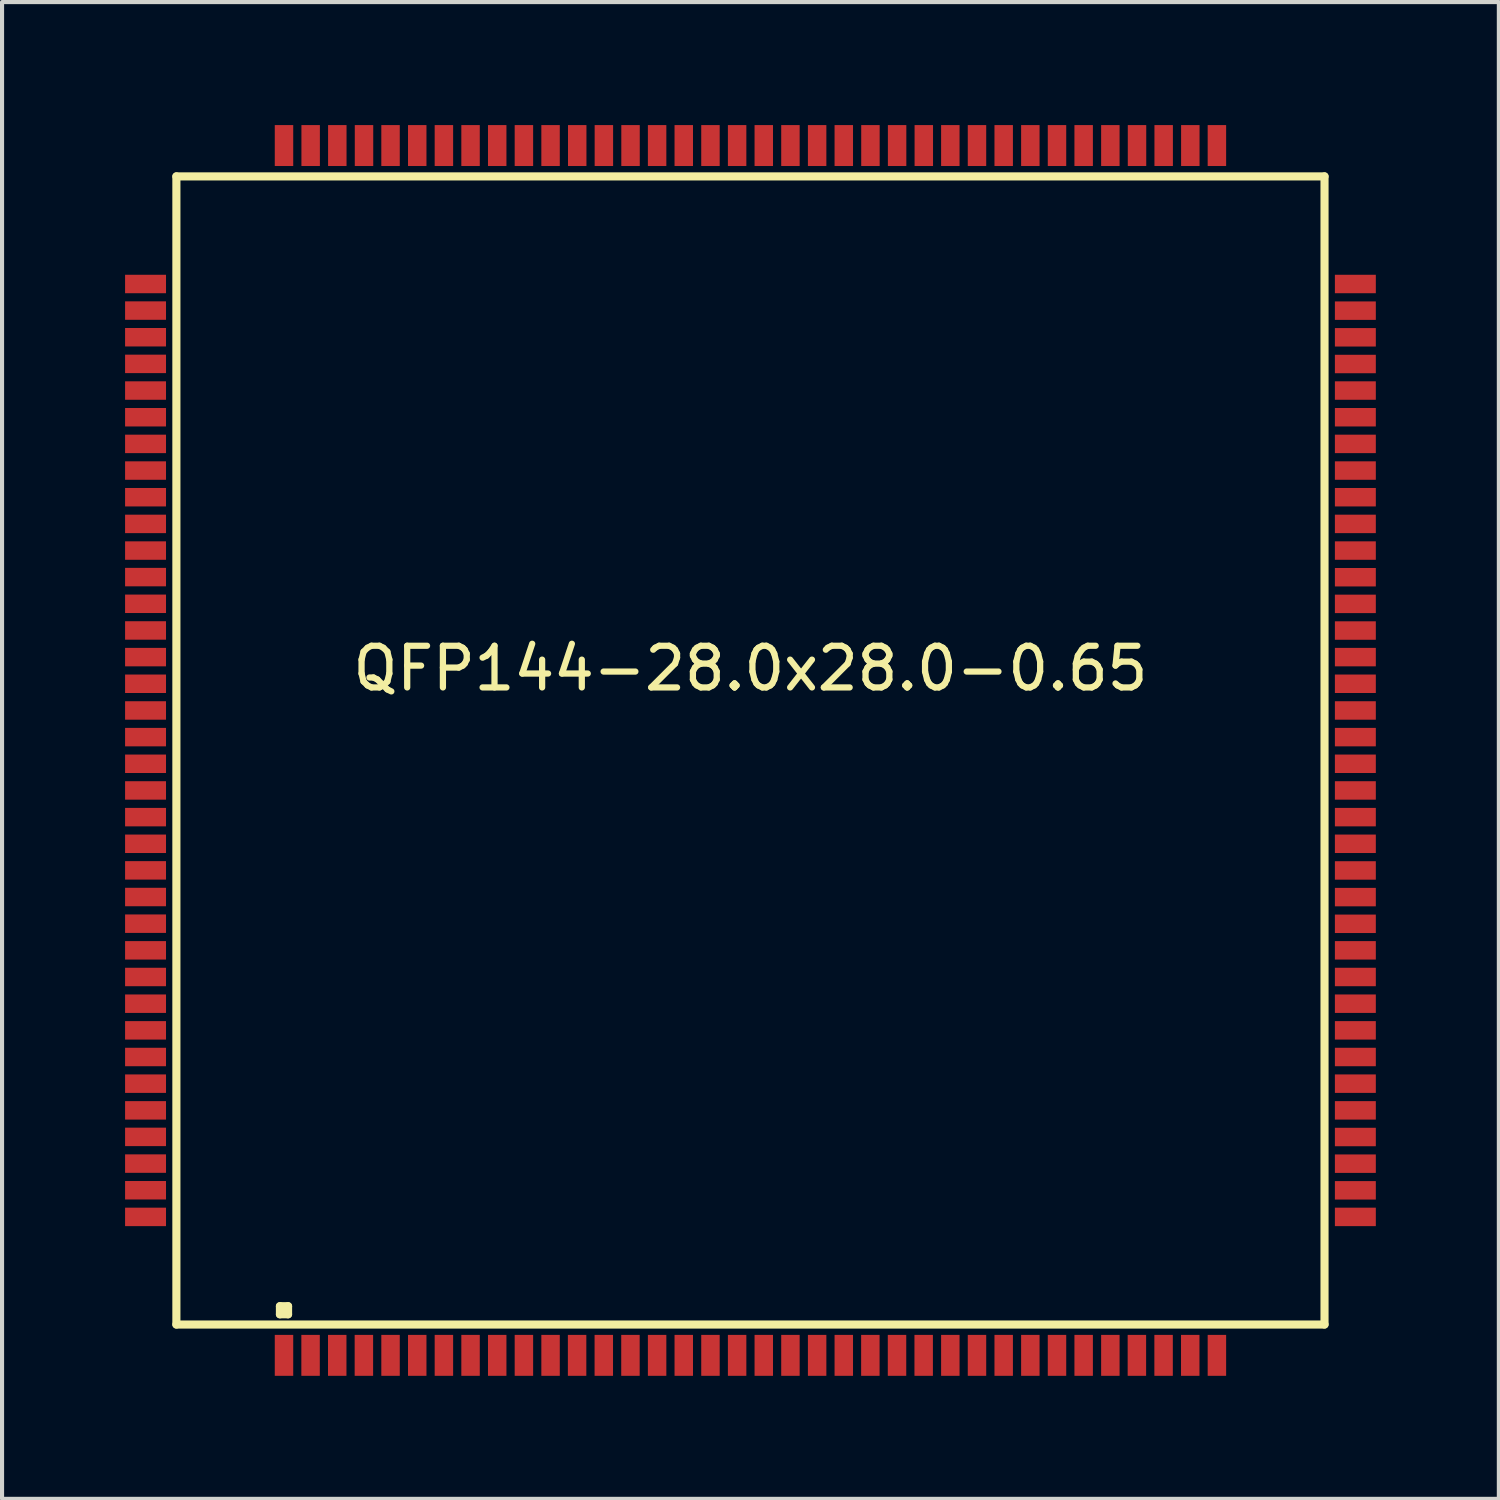
<source format=kicad_pcb>
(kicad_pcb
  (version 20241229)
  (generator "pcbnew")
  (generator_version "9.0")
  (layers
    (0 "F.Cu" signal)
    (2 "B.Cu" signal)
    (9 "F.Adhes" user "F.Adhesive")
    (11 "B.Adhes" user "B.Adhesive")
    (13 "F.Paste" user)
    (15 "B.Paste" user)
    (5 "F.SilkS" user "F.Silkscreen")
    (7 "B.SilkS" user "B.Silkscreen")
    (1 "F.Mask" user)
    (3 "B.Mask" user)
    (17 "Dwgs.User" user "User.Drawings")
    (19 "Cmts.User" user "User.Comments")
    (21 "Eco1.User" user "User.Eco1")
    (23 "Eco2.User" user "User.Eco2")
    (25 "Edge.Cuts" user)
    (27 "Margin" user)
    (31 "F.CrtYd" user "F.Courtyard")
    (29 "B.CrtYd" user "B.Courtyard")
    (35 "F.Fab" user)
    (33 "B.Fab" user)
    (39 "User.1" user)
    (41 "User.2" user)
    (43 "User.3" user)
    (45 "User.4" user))
  (footprint "QFP144-28.0x28.0-0.65"
    (layer "F.Cu")
    (at 15.249 15.249)
    (property "Reference" "QFP144-28.0x28.0-0.65" (at 0 -1.999 0) (layer "F.SilkS") (effects (font (size 1.016 1.016) (thickness 0.152))))
    (attr through_hole)
    (fp_line (start -13.998 -13.998) (end 13.998 -13.998) (stroke (width 0.198) (type solid)) (layer "F.SilkS"))
    (fp_line (start -13.998 13.998) (end -13.998 -13.998) (stroke (width 0.198) (type solid)) (layer "F.SilkS"))
    (fp_line (start -11.473 13.551) (end -11.275 13.551) (stroke (width 0.198) (type solid)) (layer "F.SilkS"))
    (fp_line (start -11.473 13.749) (end -11.473 13.551) (stroke (width 0.198) (type solid)) (layer "F.SilkS"))
    (fp_line (start -11.275 13.551) (end -11.275 13.749) (stroke (width 0.198) (type solid)) (layer "F.SilkS"))
    (fp_line (start -11.275 13.749) (end -11.473 13.749) (stroke (width 0.198) (type solid)) (layer "F.SilkS"))
    (fp_line (start 13.998 -13.998) (end 13.998 13.998) (stroke (width 0.198) (type solid)) (layer "F.SilkS"))
    (fp_line (start 13.998 13.998) (end -13.998 13.998) (stroke (width 0.198) (type solid)) (layer "F.SilkS"))
    (pad "1" smd rect (at -11.374 14.75) (size 0.45 0.998) (layers "*.Mask" "F.Cu"))
    (pad "2" smd rect (at -10.726 14.75) (size 0.45 0.998) (layers "*.Mask" "F.Cu"))
    (pad "3" smd rect (at -10.076 14.75) (size 0.45 0.998) (layers "*.Mask" "F.Cu"))
    (pad "4" smd rect (at -9.426 14.75) (size 0.45 0.998) (layers "*.Mask" "F.Cu"))
    (pad "5" smd rect (at -8.776 14.75) (size 0.45 0.998) (layers "*.Mask" "F.Cu"))
    (pad "6" smd rect (at -8.125 14.75) (size 0.45 0.998) (layers "*.Mask" "F.Cu"))
    (pad "7" smd rect (at -7.475 14.75) (size 0.45 0.998) (layers "*.Mask" "F.Cu"))
    (pad "8" smd rect (at -6.825 14.75) (size 0.45 0.998) (layers "*.Mask" "F.Cu"))
    (pad "9" smd rect (at -6.175 14.75) (size 0.45 0.998) (layers "*.Mask" "F.Cu"))
    (pad "10" smd rect (at -5.524 14.75) (size 0.45 0.998) (layers "*.Mask" "F.Cu"))
    (pad "11" smd rect (at -4.874 14.75) (size 0.45 0.998) (layers "*.Mask" "F.Cu"))
    (pad "12" smd rect (at -4.227 14.75) (size 0.45 0.998) (layers "*.Mask" "F.Cu"))
    (pad "13" smd rect (at -3.576 14.75) (size 0.45 0.998) (layers "*.Mask" "F.Cu"))
    (pad "14" smd rect (at -2.926 14.75) (size 0.45 0.998) (layers "*.Mask" "F.Cu"))
    (pad "15" smd rect (at -2.276 14.75) (size 0.45 0.998) (layers "*.Mask" "F.Cu"))
    (pad "16" smd rect (at -1.626 14.75) (size 0.45 0.998) (layers "*.Mask" "F.Cu"))
    (pad "17" smd rect (at -0.975 14.75) (size 0.45 0.998) (layers "*.Mask" "F.Cu"))
    (pad "18" smd rect (at -0.325 14.75) (size 0.45 0.998) (layers "*.Mask" "F.Cu"))
    (pad "19" smd rect (at 0.325 14.75) (size 0.45 0.998) (layers "*.Mask" "F.Cu"))
    (pad "20" smd rect (at 0.975 14.75) (size 0.45 0.998) (layers "*.Mask" "F.Cu"))
    (pad "21" smd rect (at 1.626 14.75) (size 0.45 0.998) (layers "*.Mask" "F.Cu"))
    (pad "22" smd rect (at 2.276 14.75) (size 0.45 0.998) (layers "*.Mask" "F.Cu"))
    (pad "23" smd rect (at 2.924 14.75) (size 0.45 0.998) (layers "*.Mask" "F.Cu"))
    (pad "24" smd rect (at 3.574 14.75) (size 0.45 0.998) (layers "*.Mask" "F.Cu"))
    (pad "25" smd rect (at 4.224 14.75) (size 0.45 0.998) (layers "*.Mask" "F.Cu"))
    (pad "26" smd rect (at 4.874 14.75) (size 0.45 0.998) (layers "*.Mask" "F.Cu"))
    (pad "27" smd rect (at 5.524 14.75) (size 0.45 0.998) (layers "*.Mask" "F.Cu"))
    (pad "28" smd rect (at 6.175 14.75) (size 0.45 0.998) (layers "*.Mask" "F.Cu"))
    (pad "29" smd rect (at 6.825 14.75) (size 0.45 0.998) (layers "*.Mask" "F.Cu"))
    (pad "30" smd rect (at 7.475 14.75) (size 0.45 0.998) (layers "*.Mask" "F.Cu"))
    (pad "31" smd rect (at 8.125 14.75) (size 0.45 0.998) (layers "*.Mask" "F.Cu"))
    (pad "32" smd rect (at 8.776 14.75) (size 0.45 0.998) (layers "*.Mask" "F.Cu"))
    (pad "33" smd rect (at 9.423 14.75) (size 0.45 0.998) (layers "*.Mask" "F.Cu"))
    (pad "34" smd rect (at 10.074 14.75) (size 0.45 0.998) (layers "*.Mask" "F.Cu"))
    (pad "35" smd rect (at 10.724 14.75) (size 0.45 0.998) (layers "*.Mask" "F.Cu"))
    (pad "36" smd rect (at 11.374 14.75) (size 0.45 0.998) (layers "*.Mask" "F.Cu"))
    (pad "37" smd rect (at 14.75 11.374 90) (size 0.45 0.998) (layers "*.Mask" "F.Cu"))
    (pad "38" smd rect (at 14.75 10.726 90) (size 0.45 0.998) (layers "*.Mask" "F.Cu"))
    (pad "39" smd rect (at 14.75 10.076 90) (size 0.45 0.998) (layers "*.Mask" "F.Cu"))
    (pad "40" smd rect (at 14.75 9.426 90) (size 0.45 0.998) (layers "*.Mask" "F.Cu"))
    (pad "41" smd rect (at 14.75 8.776 90) (size 0.45 0.998) (layers "*.Mask" "F.Cu"))
    (pad "42" smd rect (at 14.75 8.125 90) (size 0.45 0.998) (layers "*.Mask" "F.Cu"))
    (pad "43" smd rect (at 14.75 7.475 90) (size 0.45 0.998) (layers "*.Mask" "F.Cu"))
    (pad "44" smd rect (at 14.75 6.825 90) (size 0.45 0.998) (layers "*.Mask" "F.Cu"))
    (pad "45" smd rect (at 14.75 6.175 90) (size 0.45 0.998) (layers "*.Mask" "F.Cu"))
    (pad "46" smd rect (at 14.75 5.524 90) (size 0.45 0.998) (layers "*.Mask" "F.Cu"))
    (pad "47" smd rect (at 14.75 4.874 90) (size 0.45 0.998) (layers "*.Mask" "F.Cu"))
    (pad "48" smd rect (at 14.75 4.227 90) (size 0.45 0.998) (layers "*.Mask" "F.Cu"))
    (pad "49" smd rect (at 14.75 3.576 90) (size 0.45 0.998) (layers "*.Mask" "F.Cu"))
    (pad "50" smd rect (at 14.75 2.926 90) (size 0.45 0.998) (layers "*.Mask" "F.Cu"))
    (pad "51" smd rect (at 14.75 2.276 90) (size 0.45 0.998) (layers "*.Mask" "F.Cu"))
    (pad "52" smd rect (at 14.75 1.626 90) (size 0.45 0.998) (layers "*.Mask" "F.Cu"))
    (pad "53" smd rect (at 14.75 0.975 90) (size 0.45 0.998) (layers "*.Mask" "F.Cu"))
    (pad "54" smd rect (at 14.75 0.325 90) (size 0.45 0.998) (layers "*.Mask" "F.Cu"))
    (pad "55" smd rect (at 14.75 -0.325 90) (size 0.45 0.998) (layers "*.Mask" "F.Cu"))
    (pad "56" smd rect (at 14.75 -0.975 90) (size 0.45 0.998) (layers "*.Mask" "F.Cu"))
    (pad "57" smd rect (at 14.75 -1.626 90) (size 0.45 0.998) (layers "*.Mask" "F.Cu"))
    (pad "58" smd rect (at 14.75 -2.276 90) (size 0.45 0.998) (layers "*.Mask" "F.Cu"))
    (pad "59" smd rect (at 14.75 -2.924 90) (size 0.45 0.998) (layers "*.Mask" "F.Cu"))
    (pad "60" smd rect (at 14.75 -3.574 90) (size 0.45 0.998) (layers "*.Mask" "F.Cu"))
    (pad "61" smd rect (at 14.75 -4.224 90) (size 0.45 0.998) (layers "*.Mask" "F.Cu"))
    (pad "62" smd rect (at 14.75 -4.874 90) (size 0.45 0.998) (layers "*.Mask" "F.Cu"))
    (pad "63" smd rect (at 14.75 -5.524 90) (size 0.45 0.998) (layers "*.Mask" "F.Cu"))
    (pad "64" smd rect (at 14.75 -6.175 90) (size 0.45 0.998) (layers "*.Mask" "F.Cu"))
    (pad "65" smd rect (at 14.75 -6.825 90) (size 0.45 0.998) (layers "*.Mask" "F.Cu"))
    (pad "66" smd rect (at 14.75 -7.475 90) (size 0.45 0.998) (layers "*.Mask" "F.Cu"))
    (pad "67" smd rect (at 14.75 -8.125 90) (size 0.45 0.998) (layers "*.Mask" "F.Cu"))
    (pad "68" smd rect (at 14.75 -8.776 90) (size 0.45 0.998) (layers "*.Mask" "F.Cu"))
    (pad "69" smd rect (at 14.75 -9.423 90) (size 0.45 0.998) (layers "*.Mask" "F.Cu"))
    (pad "70" smd rect (at 14.75 -10.074 90) (size 0.45 0.998) (layers "*.Mask" "F.Cu"))
    (pad "71" smd rect (at 14.75 -10.724 90) (size 0.45 0.998) (layers "*.Mask" "F.Cu"))
    (pad "72" smd rect (at 14.75 -11.374 90) (size 0.45 0.998) (layers "*.Mask" "F.Cu"))
    (pad "73" smd rect (at 11.374 -14.75) (size 0.45 0.998) (layers "*.Mask" "F.Cu"))
    (pad "74" smd rect (at 10.726 -14.75) (size 0.45 0.998) (layers "*.Mask" "F.Cu"))
    (pad "75" smd rect (at 10.076 -14.75) (size 0.45 0.998) (layers "*.Mask" "F.Cu"))
    (pad "76" smd rect (at 9.426 -14.75) (size 0.45 0.998) (layers "*.Mask" "F.Cu"))
    (pad "77" smd rect (at 8.776 -14.75) (size 0.45 0.998) (layers "*.Mask" "F.Cu"))
    (pad "78" smd rect (at 8.125 -14.75) (size 0.45 0.998) (layers "*.Mask" "F.Cu"))
    (pad "79" smd rect (at 7.475 -14.75) (size 0.45 0.998) (layers "*.Mask" "F.Cu"))
    (pad "80" smd rect (at 6.825 -14.75) (size 0.45 0.998) (layers "*.Mask" "F.Cu"))
    (pad "81" smd rect (at 6.175 -14.75) (size 0.45 0.998) (layers "*.Mask" "F.Cu"))
    (pad "82" smd rect (at 5.524 -14.75) (size 0.45 0.998) (layers "*.Mask" "F.Cu"))
    (pad "83" smd rect (at 4.874 -14.75) (size 0.45 0.998) (layers "*.Mask" "F.Cu"))
    (pad "84" smd rect (at 4.227 -14.75) (size 0.45 0.998) (layers "*.Mask" "F.Cu"))
    (pad "85" smd rect (at 3.576 -14.75) (size 0.45 0.998) (layers "*.Mask" "F.Cu"))
    (pad "86" smd rect (at 2.926 -14.75) (size 0.45 0.998) (layers "*.Mask" "F.Cu"))
    (pad "87" smd rect (at 2.276 -14.75) (size 0.45 0.998) (layers "*.Mask" "F.Cu"))
    (pad "88" smd rect (at 1.626 -14.75) (size 0.45 0.998) (layers "*.Mask" "F.Cu"))
    (pad "89" smd rect (at 0.975 -14.75) (size 0.45 0.998) (layers "*.Mask" "F.Cu"))
    (pad "90" smd rect (at 0.325 -14.75) (size 0.45 0.998) (layers "*.Mask" "F.Cu"))
    (pad "91" smd rect (at -0.325 -14.75) (size 0.45 0.998) (layers "*.Mask" "F.Cu"))
    (pad "92" smd rect (at -0.975 -14.75) (size 0.45 0.998) (layers "*.Mask" "F.Cu"))
    (pad "93" smd rect (at -1.626 -14.75) (size 0.45 0.998) (layers "*.Mask" "F.Cu"))
    (pad "94" smd rect (at -2.276 -14.75) (size 0.45 0.998) (layers "*.Mask" "F.Cu"))
    (pad "95" smd rect (at -2.924 -14.75) (size 0.45 0.998) (layers "*.Mask" "F.Cu"))
    (pad "96" smd rect (at -3.574 -14.75) (size 0.45 0.998) (layers "*.Mask" "F.Cu"))
    (pad "97" smd rect (at -4.224 -14.75) (size 0.45 0.998) (layers "*.Mask" "F.Cu"))
    (pad "98" smd rect (at -4.874 -14.75) (size 0.45 0.998) (layers "*.Mask" "F.Cu"))
    (pad "99" smd rect (at -5.524 -14.75) (size 0.45 0.998) (layers "*.Mask" "F.Cu"))
    (pad "100" smd rect (at -6.175 -14.75) (size 0.45 0.998) (layers "*.Mask" "F.Cu"))
    (pad "101" smd rect (at -6.825 -14.75) (size 0.45 0.998) (layers "*.Mask" "F.Cu"))
    (pad "102" smd rect (at -7.475 -14.75) (size 0.45 0.998) (layers "*.Mask" "F.Cu"))
    (pad "103" smd rect (at -8.125 -14.75) (size 0.45 0.998) (layers "*.Mask" "F.Cu"))
    (pad "104" smd rect (at -8.776 -14.75) (size 0.45 0.998) (layers "*.Mask" "F.Cu"))
    (pad "105" smd rect (at -9.423 -14.75) (size 0.45 0.998) (layers "*.Mask" "F.Cu"))
    (pad "106" smd rect (at -10.074 -14.75) (size 0.45 0.998) (layers "*.Mask" "F.Cu"))
    (pad "107" smd rect (at -10.724 -14.75) (size 0.45 0.998) (layers "*.Mask" "F.Cu"))
    (pad "108" smd rect (at -11.374 -14.75) (size 0.45 0.998) (layers "*.Mask" "F.Cu"))
    (pad "109" smd rect (at -14.75 -11.374 90) (size 0.45 0.998) (layers "*.Mask" "F.Cu"))
    (pad "110" smd rect (at -14.75 -10.726 90) (size 0.45 0.998) (layers "*.Mask" "F.Cu"))
    (pad "111" smd rect (at -14.75 -10.076 90) (size 0.45 0.998) (layers "*.Mask" "F.Cu"))
    (pad "112" smd rect (at -14.75 -9.426 90) (size 0.45 0.998) (layers "*.Mask" "F.Cu"))
    (pad "113" smd rect (at -14.75 -8.776 90) (size 0.45 0.998) (layers "*.Mask" "F.Cu"))
    (pad "114" smd rect (at -14.75 -8.125 90) (size 0.45 0.998) (layers "*.Mask" "F.Cu"))
    (pad "115" smd rect (at -14.75 -7.475 90) (size 0.45 0.998) (layers "*.Mask" "F.Cu"))
    (pad "116" smd rect (at -14.75 -6.825 90) (size 0.45 0.998) (layers "*.Mask" "F.Cu"))
    (pad "117" smd rect (at -14.75 -6.175 90) (size 0.45 0.998) (layers "*.Mask" "F.Cu"))
    (pad "118" smd rect (at -14.75 -5.524 90) (size 0.45 0.998) (layers "*.Mask" "F.Cu"))
    (pad "119" smd rect (at -14.75 -4.874 90) (size 0.45 0.998) (layers "*.Mask" "F.Cu"))
    (pad "120" smd rect (at -14.75 -4.227 90) (size 0.45 0.998) (layers "*.Mask" "F.Cu"))
    (pad "121" smd rect (at -14.75 -3.576 90) (size 0.45 0.998) (layers "*.Mask" "F.Cu"))
    (pad "122" smd rect (at -14.75 -2.926 90) (size 0.45 0.998) (layers "*.Mask" "F.Cu"))
    (pad "123" smd rect (at -14.75 -2.276 90) (size 0.45 0.998) (layers "*.Mask" "F.Cu"))
    (pad "124" smd rect (at -14.75 -1.626 90) (size 0.45 0.998) (layers "*.Mask" "F.Cu"))
    (pad "125" smd rect (at -14.75 -0.975 90) (size 0.45 0.998) (layers "*.Mask" "F.Cu"))
    (pad "126" smd rect (at -14.75 -0.325 90) (size 0.45 0.998) (layers "*.Mask" "F.Cu"))
    (pad "127" smd rect (at -14.75 0.325 90) (size 0.45 0.998) (layers "*.Mask" "F.Cu"))
    (pad "128" smd rect (at -14.75 0.975 90) (size 0.45 0.998) (layers "*.Mask" "F.Cu"))
    (pad "129" smd rect (at -14.75 1.626 90) (size 0.45 0.998) (layers "*.Mask" "F.Cu"))
    (pad "130" smd rect (at -14.75 2.276 90) (size 0.45 0.998) (layers "*.Mask" "F.Cu"))
    (pad "131" smd rect (at -14.75 2.924 90) (size 0.45 0.998) (layers "*.Mask" "F.Cu"))
    (pad "132" smd rect (at -14.75 3.574 90) (size 0.45 0.998) (layers "*.Mask" "F.Cu"))
    (pad "133" smd rect (at -14.75 4.224 90) (size 0.45 0.998) (layers "*.Mask" "F.Cu"))
    (pad "134" smd rect (at -14.75 4.874 90) (size 0.45 0.998) (layers "*.Mask" "F.Cu"))
    (pad "135" smd rect (at -14.75 5.524 90) (size 0.45 0.998) (layers "*.Mask" "F.Cu"))
    (pad "136" smd rect (at -14.75 6.175 90) (size 0.45 0.998) (layers "*.Mask" "F.Cu"))
    (pad "137" smd rect (at -14.75 6.825 90) (size 0.45 0.998) (layers "*.Mask" "F.Cu"))
    (pad "138" smd rect (at -14.75 7.475 90) (size 0.45 0.998) (layers "*.Mask" "F.Cu"))
    (pad "139" smd rect (at -14.75 8.125 90) (size 0.45 0.998) (layers "*.Mask" "F.Cu"))
    (pad "140" smd rect (at -14.75 8.776 90) (size 0.45 0.998) (layers "*.Mask" "F.Cu"))
    (pad "141" smd rect (at -14.75 9.423 90) (size 0.45 0.998) (layers "*.Mask" "F.Cu"))
    (pad "142" smd rect (at -14.75 10.074 90) (size 0.45 0.998) (layers "*.Mask" "F.Cu"))
    (pad "143" smd rect (at -14.75 10.724 90) (size 0.45 0.998) (layers "*.Mask" "F.Cu"))
    (pad "144" smd rect (at -14.75 11.374 90) (size 0.45 0.998) (layers "*.Mask" "F.Cu")))
  (gr_rect
    (start -3 -3)
    (end 33.498 33.498)
    (stroke (width 0.1) (type default))
    (fill no)
    (layer "Edge.Cuts")))
</source>
